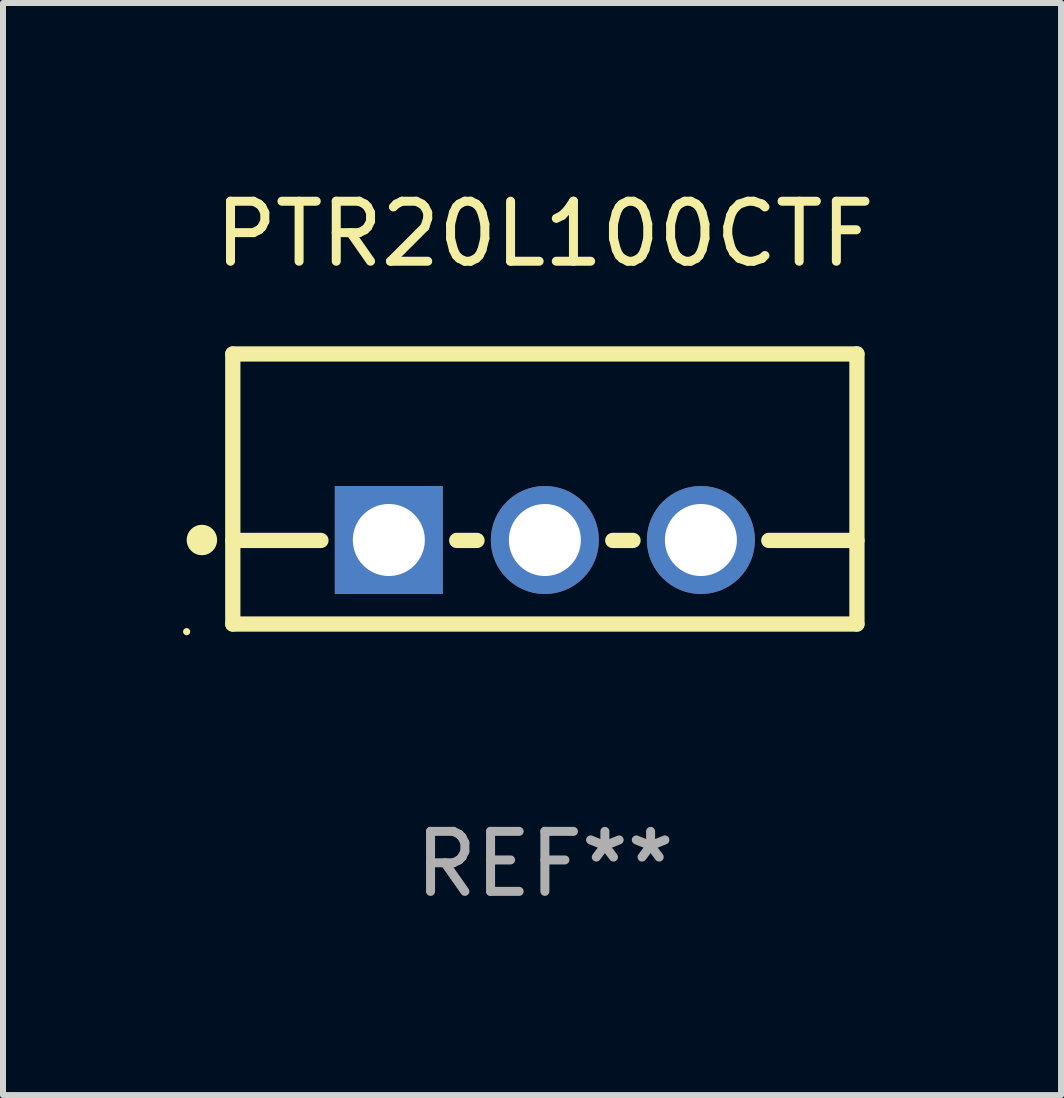
<source format=kicad_pcb>
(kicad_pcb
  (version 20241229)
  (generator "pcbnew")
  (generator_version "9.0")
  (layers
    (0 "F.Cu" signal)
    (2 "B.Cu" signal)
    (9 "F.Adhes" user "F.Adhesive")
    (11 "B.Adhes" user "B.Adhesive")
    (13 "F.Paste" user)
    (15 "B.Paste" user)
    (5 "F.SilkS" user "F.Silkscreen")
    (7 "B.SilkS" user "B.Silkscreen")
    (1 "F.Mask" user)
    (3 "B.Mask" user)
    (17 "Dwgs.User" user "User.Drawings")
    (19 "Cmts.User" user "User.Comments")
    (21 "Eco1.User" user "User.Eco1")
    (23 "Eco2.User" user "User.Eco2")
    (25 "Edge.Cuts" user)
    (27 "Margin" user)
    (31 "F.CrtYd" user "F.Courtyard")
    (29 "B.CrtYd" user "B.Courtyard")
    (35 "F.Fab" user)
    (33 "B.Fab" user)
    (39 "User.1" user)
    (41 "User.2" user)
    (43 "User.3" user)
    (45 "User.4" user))
  (footprint "PTR20L100CTF"
    (layer "F.Cu")
    (at 6.029 5.098)
    (property "Reference" "PTR20L100CTF" (at 0 -4.25 0) (layer "F.SilkS") (effects (font (size 1 1) (thickness 0.15))))
    (attr through_hole)
    (fp_line (start -5.2 -2.25) (end -5.2 2.25) (stroke (width 0.254) (type solid)) (layer "F.SilkS"))
    (fp_line (start -5.2 -2.25) (end 5.2 -2.25) (stroke (width 0.254) (type solid)) (layer "F.SilkS"))
    (fp_line (start -5.2 0.857) (end -3.731 0.857) (stroke (width 0.254) (type solid)) (layer "F.SilkS"))
    (fp_line (start -5.2 2.25) (end 5.2 2.25) (stroke (width 0.254) (type solid)) (layer "F.SilkS"))
    (fp_line (start -1.469 0.857) (end -1.131 0.857) (stroke (width 0.254) (type solid)) (layer "F.SilkS"))
    (fp_line (start 1.131 0.857) (end 1.469 0.857) (stroke (width 0.254) (type solid)) (layer "F.SilkS"))
    (fp_line (start 3.731 0.857) (end 5.2 0.857) (stroke (width 0.254) (type solid)) (layer "F.SilkS"))
    (fp_line (start 5.2 -2.25) (end 5.2 2.25) (stroke (width 0.254) (type solid)) (layer "F.SilkS"))
    (fp_circle (center -5.969 2.377) (end -5.939 2.377) (stroke (width 0.06) (type solid)) (fill no) (layer "F.SilkS"))
    (fp_circle (center -5.715 0.85) (end -5.588 0.85) (stroke (width 0.254) (type solid)) (fill no) (layer "F.SilkS"))
    (fp_text user "REF**" (at 0 6.25 0) (layer "F.Fab") (effects (font (size 1 1) (thickness 0.15))))
    (pad "1" thru_hole rect (at -2.6 0.85) (size 1.8 1.8) (drill 1.2) (layers "*.Cu" "*.Mask"))
    (pad "2" thru_hole circle (at 0 0.85) (size 1.8 1.8) (drill 1.2) (layers "*.Cu" "*.Mask"))
    (pad "3" thru_hole circle (at 2.6 0.85) (size 1.8 1.8) (drill 1.2) (layers "*.Cu" "*.Mask")))
  (gr_rect
    (start -3 -3)
    (end 14.63 15.197)
    (stroke (width 0.1) (type default))
    (fill no)
    (layer "Edge.Cuts")))
</source>
